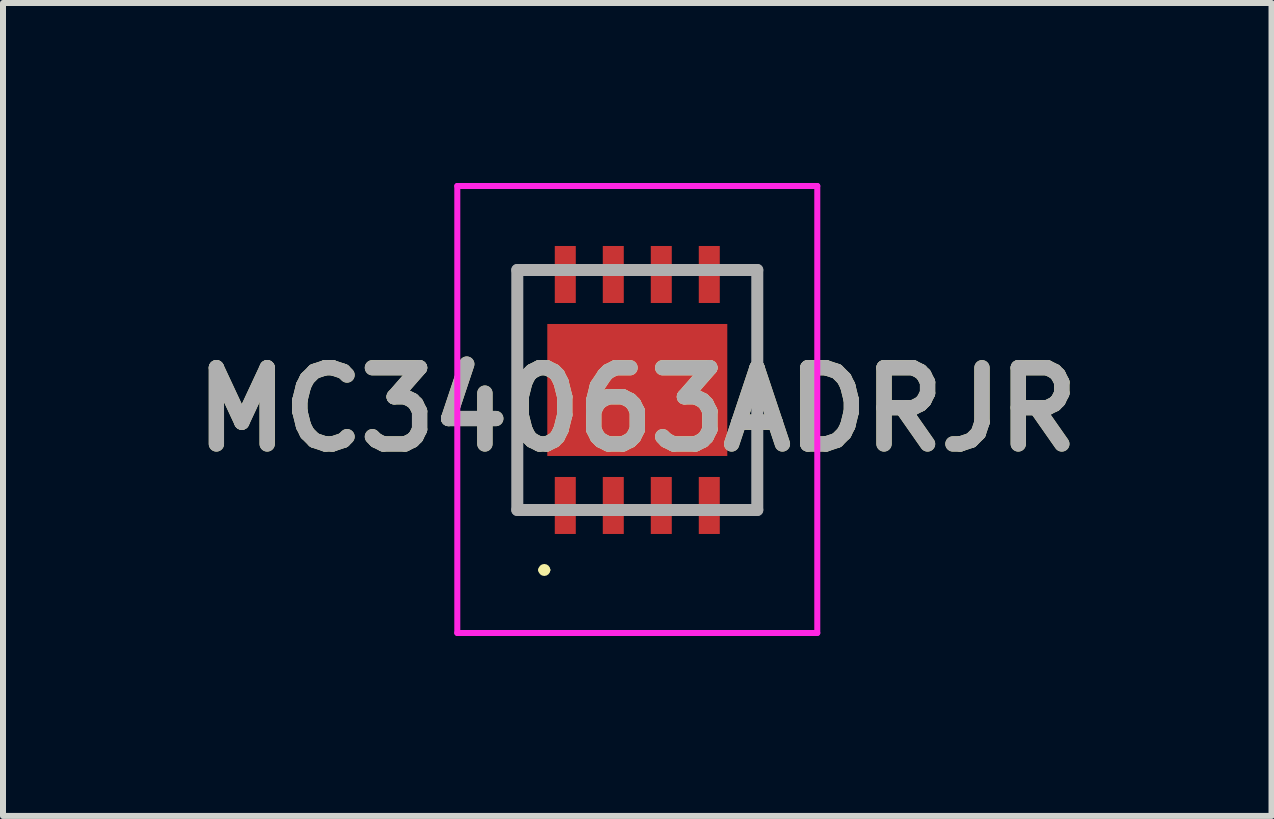
<source format=kicad_pcb>
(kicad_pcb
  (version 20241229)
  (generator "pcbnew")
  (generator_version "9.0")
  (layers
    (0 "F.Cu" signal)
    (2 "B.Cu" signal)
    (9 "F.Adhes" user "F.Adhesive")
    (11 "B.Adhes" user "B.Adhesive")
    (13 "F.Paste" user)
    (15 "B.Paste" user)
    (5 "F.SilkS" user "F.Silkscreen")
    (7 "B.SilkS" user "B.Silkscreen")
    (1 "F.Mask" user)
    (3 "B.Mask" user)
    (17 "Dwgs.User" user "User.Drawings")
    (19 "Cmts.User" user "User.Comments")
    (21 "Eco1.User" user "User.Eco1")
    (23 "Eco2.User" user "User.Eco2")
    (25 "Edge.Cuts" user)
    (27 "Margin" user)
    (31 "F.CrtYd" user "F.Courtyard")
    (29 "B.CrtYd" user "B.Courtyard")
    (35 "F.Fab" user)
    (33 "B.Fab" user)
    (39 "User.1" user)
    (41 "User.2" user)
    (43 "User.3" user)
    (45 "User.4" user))
  (footprint "MC34063ADRJR"
    (layer "F.Cu")
    (at 7.572 3.45)
    (property "Reference" "MC34063ADRJR" (at 0 0.325 0) (layer "F.SilkS") (effects (font (size 1.27 1.27) (thickness 0.254))))
    (attr smd)
    (fp_line (start -2 1.925) (end -2 -1.925) (stroke (width 0.1) (type solid)) (layer "F.SilkS"))
    (fp_line (start -1.6 3) (end -1.6 3) (stroke (width 0.1) (type solid)) (layer "F.SilkS"))
    (fp_line (start -1.5 3) (end -1.5 3) (stroke (width 0.1) (type solid)) (layer "F.SilkS"))
    (fp_line (start 2 1.925) (end 2 -2) (stroke (width 0.1) (type solid)) (layer "F.SilkS"))
    (fp_arc (start -1.6 3) (mid -1.55 2.95) (end -1.5 3) (stroke (width 0.1) (type solid)) (layer "F.SilkS"))
    (fp_arc (start -1.5 3) (mid -1.55 3.05) (end -1.6 3) (stroke (width 0.1) (type solid)) (layer "F.SilkS"))
    (fp_line (start -3 -3.4) (end 3 -3.4) (stroke (width 0.1) (type solid)) (layer "F.CrtYd"))
    (fp_line (start -3 4.05) (end -3 -3.4) (stroke (width 0.1) (type solid)) (layer "F.CrtYd"))
    (fp_line (start 3 -3.4) (end 3 4.05) (stroke (width 0.1) (type solid)) (layer "F.CrtYd"))
    (fp_line (start 3 4.05) (end -3 4.05) (stroke (width 0.1) (type solid)) (layer "F.CrtYd"))
    (fp_line (start -2 -2) (end 2 -2) (stroke (width 0.2) (type solid)) (layer "F.Fab"))
    (fp_line (start -2 2) (end -2 -2) (stroke (width 0.2) (type solid)) (layer "F.Fab"))
    (fp_line (start 2 -2) (end 2 2) (stroke (width 0.2) (type solid)) (layer "F.Fab"))
    (fp_line (start 2 2) (end -2 2) (stroke (width 0.2) (type solid)) (layer "F.Fab"))
    (fp_text user "${REFERENCE}" (at 0 0.325 0) (layer "F.Fab") (effects (font (size 1.27 1.27) (thickness 0.254))))
    (pad "1" smd rect (at -1.2 1.925) (size 0.35 0.95) (layers "F.Cu" "F.Mask" "F.Paste"))
    (pad "2" smd rect (at -0.4 1.925) (size 0.35 0.95) (layers "F.Cu" "F.Mask" "F.Paste"))
    (pad "3" smd rect (at 0.4 1.925) (size 0.35 0.95) (layers "F.Cu" "F.Mask" "F.Paste"))
    (pad "4" smd rect (at 1.2 1.925) (size 0.35 0.95) (layers "F.Cu" "F.Mask" "F.Paste"))
    (pad "5" smd rect (at 1.2 -1.925) (size 0.35 0.95) (layers "F.Cu" "F.Mask" "F.Paste"))
    (pad "6" smd rect (at 0.4 -1.925) (size 0.35 0.95) (layers "F.Cu" "F.Mask" "F.Paste"))
    (pad "7" smd rect (at -0.4 -1.925) (size 0.35 0.95) (layers "F.Cu" "F.Mask" "F.Paste"))
    (pad "8" smd rect (at -1.2 -1.925) (size 0.35 0.95) (layers "F.Cu" "F.Mask" "F.Paste"))
    (pad "9" smd rect (at 0 0 90) (size 2.2 3) (layers "F.Cu" "F.Mask" "F.Paste")))
  (gr_rect
    (start -3 -3)
    (end 18.143 10.55)
    (stroke (width 0.1) (type default))
    (fill no)
    (layer "Edge.Cuts")))
</source>
